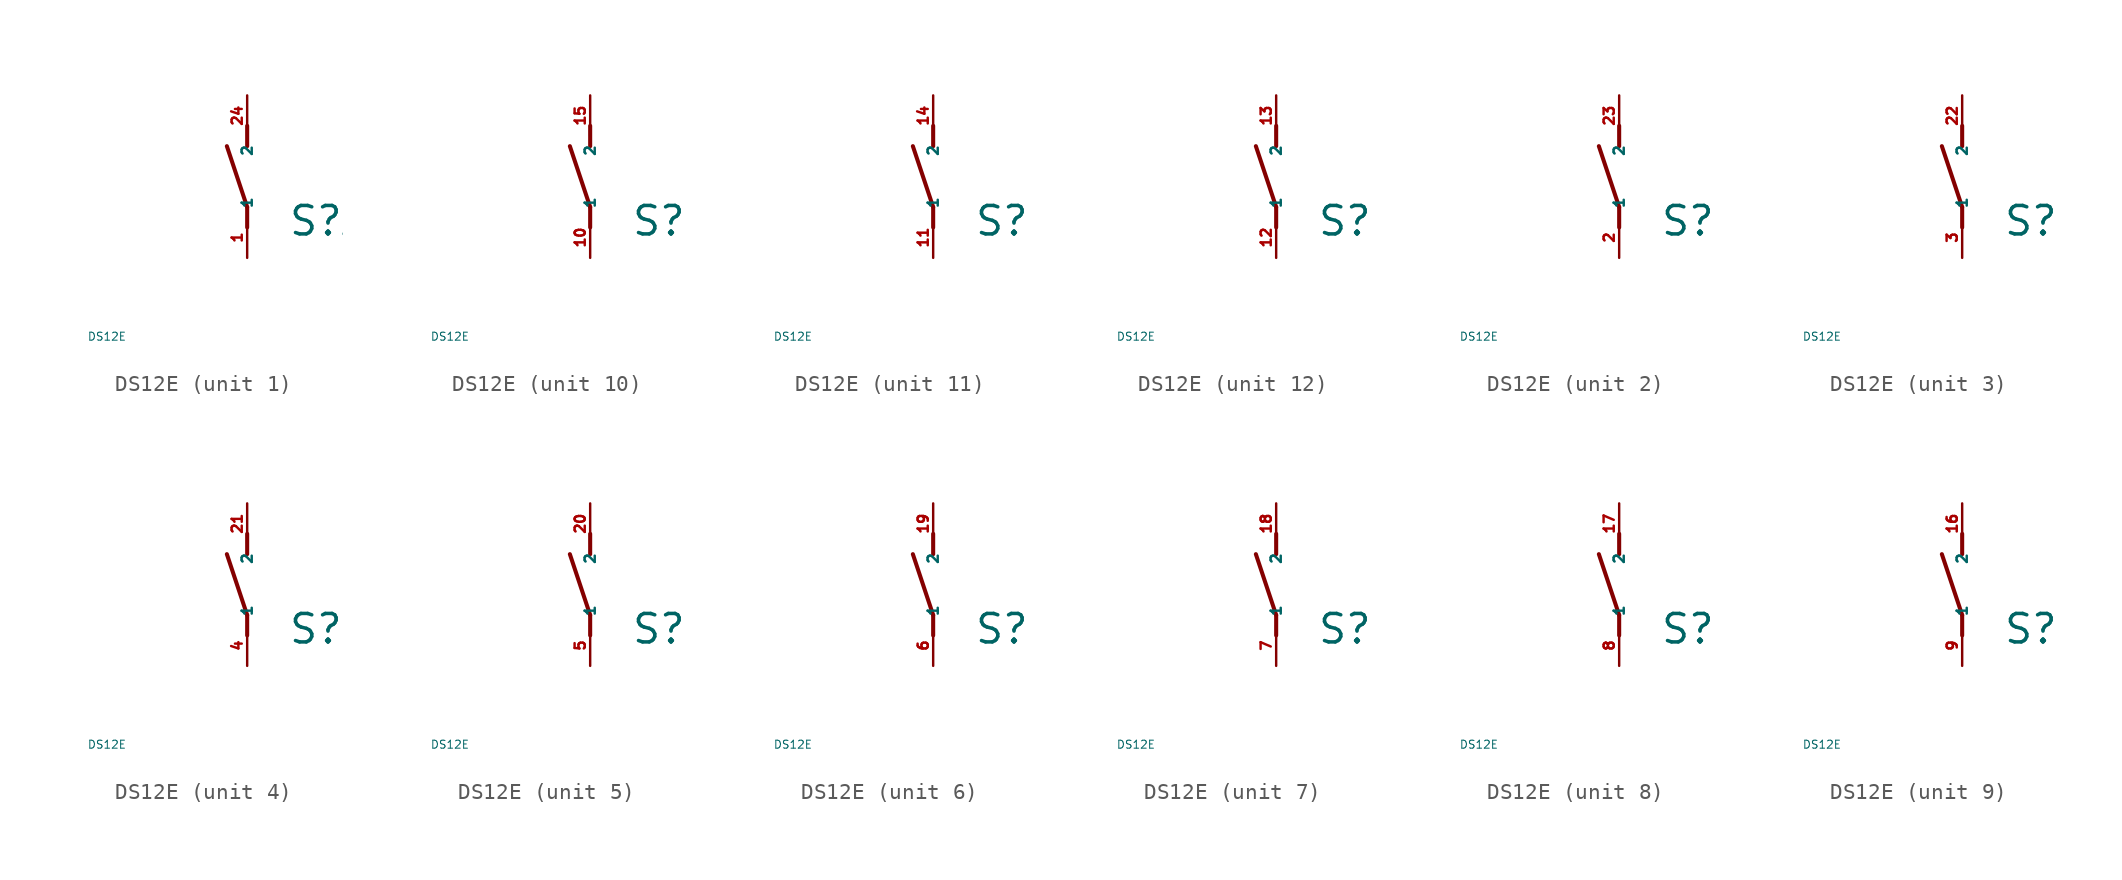
<source format=kicad_sym>
(kicad_symbol_lib
  (version 20220914)
  (generator Eagle2Kicad)
  (symbol "DS12E"
    (property "Reference" "S"
      (at 2.54 -3.81 0)
      (effects (font (size 1.778 1.778) (thickness 0.22)) (justify left bottom)))
    (property "Value" "DS12E"
      (at -10 -10 0)
      (effects (font (size 0.5 0.5) (thickness 0.06)) (justify left)))
    (symbol "DS12E_1_0"
      (polyline (pts (xy 0 -3.175) (xy 0 -1.905)) (stroke (width 0.254) (type default)) (fill (type none)))
      (polyline (pts (xy 0 -1.905) (xy -1.27 1.905)) (stroke (width 0.254) (type default)) (fill (type none)))
      (polyline (pts (xy 0 1.905) (xy 0 3.175)) (stroke (width 0.254) (type default)) (fill (type none)))
      (pin passive line (at 0 -5.08 90) (length 2.54) (name "1" (effects (font (size 0.635 0.635) (thickness 0.08)) (justify left bottom))) (number "1" (effects (font (size 0.635 0.635) (thickness 0.08)) (justify left bottom))))
      (pin passive line (at 0 5.08 270) (length 2.54) (name "2" (effects (font (size 0.635 0.635) (thickness 0.08)) (justify left bottom))) (number "24" (effects (font (size 0.635 0.635) (thickness 0.08)) (justify left bottom)))))
    (symbol "DS12E_2_0"
      (polyline (pts (xy 0 -3.175) (xy 0 -1.905)) (stroke (width 0.254) (type default)) (fill (type none)))
      (polyline (pts (xy 0 -1.905) (xy -1.27 1.905)) (stroke (width 0.254) (type default)) (fill (type none)))
      (polyline (pts (xy 0 1.905) (xy 0 3.175)) (stroke (width 0.254) (type default)) (fill (type none)))
      (pin passive line (at 0 -5.08 90) (length 2.54) (name "1" (effects (font (size 0.635 0.635) (thickness 0.08)) (justify left bottom))) (number "2" (effects (font (size 0.635 0.635) (thickness 0.08)) (justify left bottom))))
      (pin passive line (at 0 5.08 270) (length 2.54) (name "2" (effects (font (size 0.635 0.635) (thickness 0.08)) (justify left bottom))) (number "23" (effects (font (size 0.635 0.635) (thickness 0.08)) (justify left bottom)))))
    (symbol "DS12E_3_0"
      (polyline (pts (xy 0 -3.175) (xy 0 -1.905)) (stroke (width 0.254) (type default)) (fill (type none)))
      (polyline (pts (xy 0 -1.905) (xy -1.27 1.905)) (stroke (width 0.254) (type default)) (fill (type none)))
      (polyline (pts (xy 0 1.905) (xy 0 3.175)) (stroke (width 0.254) (type default)) (fill (type none)))
      (pin passive line (at 0 -5.08 90) (length 2.54) (name "1" (effects (font (size 0.635 0.635) (thickness 0.08)) (justify left bottom))) (number "3" (effects (font (size 0.635 0.635) (thickness 0.08)) (justify left bottom))))
      (pin passive line (at 0 5.08 270) (length 2.54) (name "2" (effects (font (size 0.635 0.635) (thickness 0.08)) (justify left bottom))) (number "22" (effects (font (size 0.635 0.635) (thickness 0.08)) (justify left bottom)))))
    (symbol "DS12E_4_0"
      (polyline (pts (xy 0 -3.175) (xy 0 -1.905)) (stroke (width 0.254) (type default)) (fill (type none)))
      (polyline (pts (xy 0 -1.905) (xy -1.27 1.905)) (stroke (width 0.254) (type default)) (fill (type none)))
      (polyline (pts (xy 0 1.905) (xy 0 3.175)) (stroke (width 0.254) (type default)) (fill (type none)))
      (pin passive line (at 0 -5.08 90) (length 2.54) (name "1" (effects (font (size 0.635 0.635) (thickness 0.08)) (justify left bottom))) (number "4" (effects (font (size 0.635 0.635) (thickness 0.08)) (justify left bottom))))
      (pin passive line (at 0 5.08 270) (length 2.54) (name "2" (effects (font (size 0.635 0.635) (thickness 0.08)) (justify left bottom))) (number "21" (effects (font (size 0.635 0.635) (thickness 0.08)) (justify left bottom)))))
    (symbol "DS12E_5_0"
      (polyline (pts (xy 0 -3.175) (xy 0 -1.905)) (stroke (width 0.254) (type default)) (fill (type none)))
      (polyline (pts (xy 0 -1.905) (xy -1.27 1.905)) (stroke (width 0.254) (type default)) (fill (type none)))
      (polyline (pts (xy 0 1.905) (xy 0 3.175)) (stroke (width 0.254) (type default)) (fill (type none)))
      (pin passive line (at 0 -5.08 90) (length 2.54) (name "1" (effects (font (size 0.635 0.635) (thickness 0.08)) (justify left bottom))) (number "5" (effects (font (size 0.635 0.635) (thickness 0.08)) (justify left bottom))))
      (pin passive line (at 0 5.08 270) (length 2.54) (name "2" (effects (font (size 0.635 0.635) (thickness 0.08)) (justify left bottom))) (number "20" (effects (font (size 0.635 0.635) (thickness 0.08)) (justify left bottom)))))
    (symbol "DS12E_6_0"
      (polyline (pts (xy 0 -3.175) (xy 0 -1.905)) (stroke (width 0.254) (type default)) (fill (type none)))
      (polyline (pts (xy 0 -1.905) (xy -1.27 1.905)) (stroke (width 0.254) (type default)) (fill (type none)))
      (polyline (pts (xy 0 1.905) (xy 0 3.175)) (stroke (width 0.254) (type default)) (fill (type none)))
      (pin passive line (at 0 -5.08 90) (length 2.54) (name "1" (effects (font (size 0.635 0.635) (thickness 0.08)) (justify left bottom))) (number "6" (effects (font (size 0.635 0.635) (thickness 0.08)) (justify left bottom))))
      (pin passive line (at 0 5.08 270) (length 2.54) (name "2" (effects (font (size 0.635 0.635) (thickness 0.08)) (justify left bottom))) (number "19" (effects (font (size 0.635 0.635) (thickness 0.08)) (justify left bottom)))))
    (symbol "DS12E_7_0"
      (polyline (pts (xy 0 -3.175) (xy 0 -1.905)) (stroke (width 0.254) (type default)) (fill (type none)))
      (polyline (pts (xy 0 -1.905) (xy -1.27 1.905)) (stroke (width 0.254) (type default)) (fill (type none)))
      (polyline (pts (xy 0 1.905) (xy 0 3.175)) (stroke (width 0.254) (type default)) (fill (type none)))
      (pin passive line (at 0 -5.08 90) (length 2.54) (name "1" (effects (font (size 0.635 0.635) (thickness 0.08)) (justify left bottom))) (number "7" (effects (font (size 0.635 0.635) (thickness 0.08)) (justify left bottom))))
      (pin passive line (at 0 5.08 270) (length 2.54) (name "2" (effects (font (size 0.635 0.635) (thickness 0.08)) (justify left bottom))) (number "18" (effects (font (size 0.635 0.635) (thickness 0.08)) (justify left bottom)))))
    (symbol "DS12E_8_0"
      (polyline (pts (xy 0 -3.175) (xy 0 -1.905)) (stroke (width 0.254) (type default)) (fill (type none)))
      (polyline (pts (xy 0 -1.905) (xy -1.27 1.905)) (stroke (width 0.254) (type default)) (fill (type none)))
      (polyline (pts (xy 0 1.905) (xy 0 3.175)) (stroke (width 0.254) (type default)) (fill (type none)))
      (pin passive line (at 0 -5.08 90) (length 2.54) (name "1" (effects (font (size 0.635 0.635) (thickness 0.08)) (justify left bottom))) (number "8" (effects (font (size 0.635 0.635) (thickness 0.08)) (justify left bottom))))
      (pin passive line (at 0 5.08 270) (length 2.54) (name "2" (effects (font (size 0.635 0.635) (thickness 0.08)) (justify left bottom))) (number "17" (effects (font (size 0.635 0.635) (thickness 0.08)) (justify left bottom)))))
    (symbol "DS12E_9_0"
      (polyline (pts (xy 0 -3.175) (xy 0 -1.905)) (stroke (width 0.254) (type default)) (fill (type none)))
      (polyline (pts (xy 0 -1.905) (xy -1.27 1.905)) (stroke (width 0.254) (type default)) (fill (type none)))
      (polyline (pts (xy 0 1.905) (xy 0 3.175)) (stroke (width 0.254) (type default)) (fill (type none)))
      (pin passive line (at 0 -5.08 90) (length 2.54) (name "1" (effects (font (size 0.635 0.635) (thickness 0.08)) (justify left bottom))) (number "9" (effects (font (size 0.635 0.635) (thickness 0.08)) (justify left bottom))))
      (pin passive line (at 0 5.08 270) (length 2.54) (name "2" (effects (font (size 0.635 0.635) (thickness 0.08)) (justify left bottom))) (number "16" (effects (font (size 0.635 0.635) (thickness 0.08)) (justify left bottom)))))
    (symbol "DS12E_10_0"
      (polyline (pts (xy 0 -3.175) (xy 0 -1.905)) (stroke (width 0.254) (type default)) (fill (type none)))
      (polyline (pts (xy 0 -1.905) (xy -1.27 1.905)) (stroke (width 0.254) (type default)) (fill (type none)))
      (polyline (pts (xy 0 1.905) (xy 0 3.175)) (stroke (width 0.254) (type default)) (fill (type none)))
      (pin passive line (at 0 -5.08 90) (length 2.54) (name "1" (effects (font (size 0.635 0.635) (thickness 0.08)) (justify left bottom))) (number "10" (effects (font (size 0.635 0.635) (thickness 0.08)) (justify left bottom))))
      (pin passive line (at 0 5.08 270) (length 2.54) (name "2" (effects (font (size 0.635 0.635) (thickness 0.08)) (justify left bottom))) (number "15" (effects (font (size 0.635 0.635) (thickness 0.08)) (justify left bottom)))))
    (symbol "DS12E_11_0"
      (polyline (pts (xy 0 -3.175) (xy 0 -1.905)) (stroke (width 0.254) (type default)) (fill (type none)))
      (polyline (pts (xy 0 -1.905) (xy -1.27 1.905)) (stroke (width 0.254) (type default)) (fill (type none)))
      (polyline (pts (xy 0 1.905) (xy 0 3.175)) (stroke (width 0.254) (type default)) (fill (type none)))
      (pin passive line (at 0 -5.08 90) (length 2.54) (name "1" (effects (font (size 0.635 0.635) (thickness 0.08)) (justify left bottom))) (number "11" (effects (font (size 0.635 0.635) (thickness 0.08)) (justify left bottom))))
      (pin passive line (at 0 5.08 270) (length 2.54) (name "2" (effects (font (size 0.635 0.635) (thickness 0.08)) (justify left bottom))) (number "14" (effects (font (size 0.635 0.635) (thickness 0.08)) (justify left bottom)))))
    (symbol "DS12E_12_0"
      (polyline (pts (xy 0 -3.175) (xy 0 -1.905)) (stroke (width 0.254) (type default)) (fill (type none)))
      (polyline (pts (xy 0 -1.905) (xy -1.27 1.905)) (stroke (width 0.254) (type default)) (fill (type none)))
      (polyline (pts (xy 0 1.905) (xy 0 3.175)) (stroke (width 0.254) (type default)) (fill (type none)))
      (pin passive line (at 0 -5.08 90) (length 2.54) (name "1" (effects (font (size 0.635 0.635) (thickness 0.08)) (justify left bottom))) (number "12" (effects (font (size 0.635 0.635) (thickness 0.08)) (justify left bottom))))
      (pin passive line (at 0 5.08 270) (length 2.54) (name "2" (effects (font (size 0.635 0.635) (thickness 0.08)) (justify left bottom))) (number "13" (effects (font (size 0.635 0.635) (thickness 0.08)) (justify left bottom)))))))
</source>
